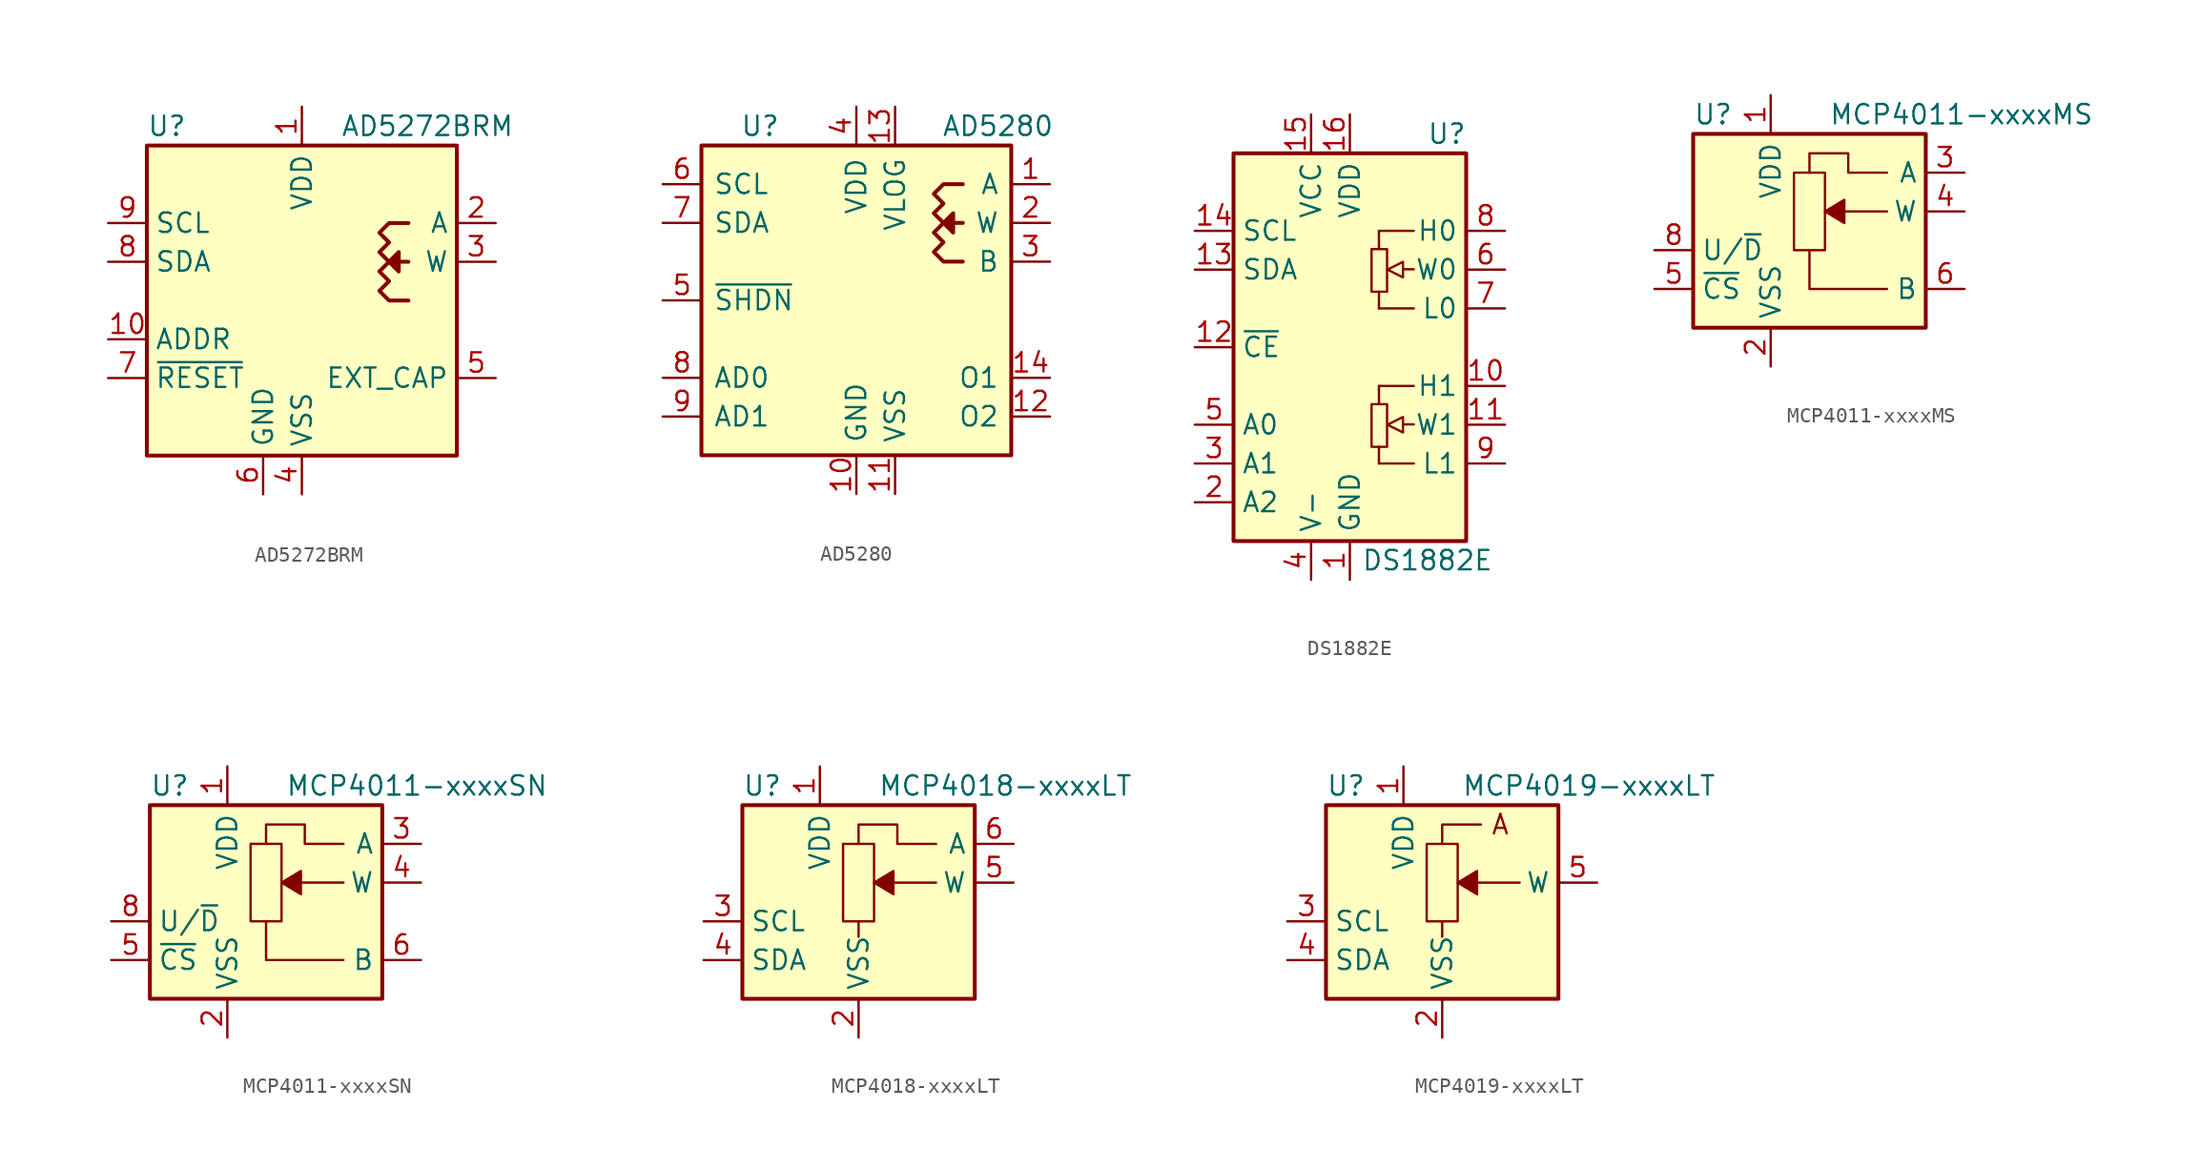
<source format=kicad_sym>
(kicad_symbol_lib
  (version 20211014)
  (generator kicad_symbol_editor)
  (symbol "AD5272BRM"
    (property "Reference" "U"
      (at -10.16 11.43 0)
      (effects (font (size 1.27 1.27)) (justify left)))
    (property "Value" "AD5272BRM"
      (at 2.54 11.43 0)
      (effects (font (size 1.27 1.27)) (justify left)))
    (symbol "AD5272BRM_0_1"
      (rectangle (start -10.16 10.16) (end 10.16 -10.16) (stroke (width 0.254) (type default) (color 0 0 0 0)) (fill (type background)))
      (polyline (pts (xy 6.985 2.54) (xy 6.35 2.54) (xy 5.715 2.54) (xy 6.35 3.175) (xy 6.35 1.905) (xy 5.715 2.54)) (stroke (width 0.254) (type default) (color 0 0 0 0)) (fill (type outline)))
      (polyline (pts (xy 6.985 5.08) (xy 5.715 5.08) (xy 5.08 4.445) (xy 5.715 3.81) (xy 5.08 3.175) (xy 5.715 2.54) (xy 5.08 1.905) (xy 5.715 1.27) (xy 5.08 0.635) (xy 5.715 0) (xy 6.985 0)) (stroke (width 0.254) (type default) (color 0 0 0 0)) (fill (type none))))
    (symbol "AD5272BRM_1_1"
      (pin power_in line (at 0 12.7 270) (length 2.54) (name "VDD" (effects (font (size 1.27 1.27)))) (number "1" (effects (font (size 1.27 1.27)))))
      (pin passive line (at -12.7 -2.54 0) (length 2.54) (name "ADDR" (effects (font (size 1.27 1.27)))) (number "10" (effects (font (size 1.27 1.27)))))
      (pin passive line (at 12.7 5.08 180) (length 2.54) (name "A" (effects (font (size 1.27 1.27)))) (number "2" (effects (font (size 1.27 1.27)))))
      (pin passive line (at 12.7 2.54 180) (length 2.54) (name "W" (effects (font (size 1.27 1.27)))) (number "3" (effects (font (size 1.27 1.27)))))
      (pin power_in line (at 0 -12.7 90) (length 2.54) (name "VSS" (effects (font (size 1.27 1.27)))) (number "4" (effects (font (size 1.27 1.27)))))
      (pin passive line (at 12.7 -5.08 180) (length 2.54) (name "EXT_CAP" (effects (font (size 1.27 1.27)))) (number "5" (effects (font (size 1.27 1.27)))))
      (pin power_in line (at -2.54 -12.7 90) (length 2.54) (name "GND" (effects (font (size 1.27 1.27)))) (number "6" (effects (font (size 1.27 1.27)))))
      (pin input line (at -12.7 -5.08 0) (length 2.54) (name "~{RESET}" (effects (font (size 1.27 1.27)))) (number "7" (effects (font (size 1.27 1.27)))))
      (pin bidirectional line (at -12.7 2.54 0) (length 2.54) (name "SDA" (effects (font (size 1.27 1.27)))) (number "8" (effects (font (size 1.27 1.27)))))
      (pin input line (at -12.7 5.08 0) (length 2.54) (name "SCL" (effects (font (size 1.27 1.27)))) (number "9" (effects (font (size 1.27 1.27)))))))
  (symbol "AD5280"
    (pin_names
      (offset 0.762))
    (property "Reference" "U"
      (at -7.62 11.43 0)
      (effects (font (size 1.27 1.27)) (justify left)))
    (property "Value" "AD5280"
      (at 5.588 11.43 0)
      (effects (font (size 1.27 1.27)) (justify left)))
    (symbol "AD5280_0_1"
      (rectangle (start -10.16 10.16) (end 10.16 -10.16) (stroke (width 0.254) (type default) (color 0 0 0 0)) (fill (type background)))
      (polyline (pts (xy 6.985 5.08) (xy 6.35 5.08) (xy 5.715 5.08) (xy 6.35 5.715) (xy 6.35 4.445) (xy 5.715 5.08)) (stroke (width 0.254) (type default) (color 0 0 0 0)) (fill (type outline)))
      (polyline (pts (xy 6.985 7.62) (xy 5.715 7.62) (xy 5.08 6.985) (xy 5.715 6.35) (xy 5.08 5.715) (xy 5.715 5.08) (xy 5.08 4.445) (xy 5.715 3.81) (xy 5.08 3.175) (xy 5.715 2.54) (xy 6.985 2.54)) (stroke (width 0.254) (type default) (color 0 0 0 0)) (fill (type none))))
    (symbol "AD5280_1_1"
      (pin passive line (at 12.7 7.62 180) (length 2.54) (name "A" (effects (font (size 1.27 1.27)))) (number "1" (effects (font (size 1.27 1.27)))))
      (pin power_in line (at 0 -12.7 90) (length 2.54) (name "GND" (effects (font (size 1.27 1.27)))) (number "10" (effects (font (size 1.27 1.27)))))
      (pin power_in line (at 2.54 -12.7 90) (length 2.54) (name "VSS" (effects (font (size 1.27 1.27)))) (number "11" (effects (font (size 1.27 1.27)))))
      (pin output line (at 12.7 -7.62 180) (length 2.54) (name "O2" (effects (font (size 1.27 1.27)))) (number "12" (effects (font (size 1.27 1.27)))))
      (pin power_in line (at 2.54 12.7 270) (length 2.54) (name "VLOG" (effects (font (size 1.27 1.27)))) (number "13" (effects (font (size 1.27 1.27)))))
      (pin output line (at 12.7 -5.08 180) (length 2.54) (name "O1" (effects (font (size 1.27 1.27)))) (number "14" (effects (font (size 1.27 1.27)))))
      (pin passive line (at 12.7 5.08 180) (length 2.54) (name "W" (effects (font (size 1.27 1.27)))) (number "2" (effects (font (size 1.27 1.27)))))
      (pin passive line (at 12.7 2.54 180) (length 2.54) (name "B" (effects (font (size 1.27 1.27)))) (number "3" (effects (font (size 1.27 1.27)))))
      (pin power_in line (at 0 12.7 270) (length 2.54) (name "VDD" (effects (font (size 1.27 1.27)))) (number "4" (effects (font (size 1.27 1.27)))))
      (pin input line (at -12.7 0 0) (length 2.54) (name "~{SHDN}" (effects (font (size 1.27 1.27)))) (number "5" (effects (font (size 1.27 1.27)))))
      (pin input line (at -12.7 7.62 0) (length 2.54) (name "SCL" (effects (font (size 1.27 1.27)))) (number "6" (effects (font (size 1.27 1.27)))))
      (pin bidirectional line (at -12.7 5.08 0) (length 2.54) (name "SDA" (effects (font (size 1.27 1.27)))) (number "7" (effects (font (size 1.27 1.27)))))
      (pin input line (at -12.7 -5.08 0) (length 2.54) (name "AD0" (effects (font (size 1.27 1.27)))) (number "8" (effects (font (size 1.27 1.27)))))
      (pin input line (at -12.7 -7.62 0) (length 2.54) (name "AD1" (effects (font (size 1.27 1.27)))) (number "9" (effects (font (size 1.27 1.27)))))))
  (symbol "DS1882E"
    (property "Reference" "U"
      (at 6.35 13.97 0)
      (effects (font (size 1.27 1.27))))
    (property "Value" "DS1882E"
      (at 5.08 -13.97 0)
      (effects (font (size 1.27 1.27))))
    (symbol "DS1882E_0_1"
      (rectangle (start -7.62 12.7) (end 7.62 -12.7) (stroke (width 0.254) (type default) (color 0 0 0 0)) (fill (type background))))
    (symbol "DS1882E_1_1"
      (polyline (pts (xy 1.905 -7.366) (xy 1.905 -6.528)) (stroke (width 0) (type default) (color 0 0 0 0)) (fill (type none)))
      (polyline (pts (xy 1.905 -2.769) (xy 1.905 -3.708)) (stroke (width 0) (type default) (color 0 0 0 0)) (fill (type none)))
      (polyline (pts (xy 1.905 2.794) (xy 1.905 3.632)) (stroke (width 0) (type default) (color 0 0 0 0)) (fill (type none)))
      (polyline (pts (xy 1.905 7.391) (xy 1.905 6.452)) (stroke (width 0) (type default) (color 0 0 0 0)) (fill (type none)))
      (polyline (pts (xy 3.48 -5.055) (xy 4.191 -5.055)) (stroke (width 0) (type default) (color 0 0 0 0)) (fill (type none)))
      (polyline (pts (xy 3.48 5.105) (xy 4.191 5.105)) (stroke (width 0) (type default) (color 0 0 0 0)) (fill (type none)))
      (polyline (pts (xy 1.905 -7.62) (xy 1.905 -7.366) (xy 1.905 -7.366)) (stroke (width 0) (type default) (color 0 0 0 0)) (fill (type background)))
      (polyline (pts (xy 1.905 -7.62) (xy 4.191 -7.62) (xy 4.191 -7.62)) (stroke (width 0) (type default) (color 0 0 0 0)) (fill (type background)))
      (polyline (pts (xy 1.905 -2.54) (xy 1.905 -2.794) (xy 1.905 -2.794)) (stroke (width 0) (type default) (color 0 0 0 0)) (fill (type none)))
      (polyline (pts (xy 1.905 -2.54) (xy 4.191 -2.54) (xy 4.191 -2.54)) (stroke (width 0) (type default) (color 0 0 0 0)) (fill (type background)))
      (polyline (pts (xy 1.905 2.54) (xy 1.905 2.794) (xy 1.905 2.794)) (stroke (width 0) (type default) (color 0 0 0 0)) (fill (type background)))
      (polyline (pts (xy 1.905 2.54) (xy 4.191 2.54) (xy 4.191 2.54)) (stroke (width 0) (type default) (color 0 0 0 0)) (fill (type background)))
      (polyline (pts (xy 1.905 7.62) (xy 1.905 7.366) (xy 1.905 7.366)) (stroke (width 0) (type default) (color 0 0 0 0)) (fill (type none)))
      (polyline (pts (xy 1.905 7.62) (xy 4.191 7.62) (xy 4.191 7.62)) (stroke (width 0) (type default) (color 0 0 0 0)) (fill (type background)))
      (polyline (pts (xy 3.48 -4.572) (xy 3.48 -5.588) (xy 2.464 -5.08) (xy 3.48 -4.572) (xy 3.48 -4.572)) (stroke (width 0) (type default) (color 0 0 0 0)) (fill (type background)))
      (polyline (pts (xy 3.48 5.588) (xy 3.48 4.572) (xy 2.464 5.08) (xy 3.48 5.588) (xy 3.48 5.588)) (stroke (width 0) (type default) (color 0 0 0 0)) (fill (type background)))
      (rectangle (start 1.422 -3.734) (end 2.438 -6.528) (stroke (width 0) (type default) (color 0 0 0 0)) (fill (type none)))
      (rectangle (start 1.422 6.426) (end 2.438 3.632) (stroke (width 0) (type default) (color 0 0 0 0)) (fill (type none)))
      (pin power_in line (at 0 -15.24 90) (length 2.54) (name "GND" (effects (font (size 1.27 1.27)))) (number "1" (effects (font (size 1.27 1.27)))))
      (pin passive line (at 10.16 -2.54 180) (length 2.54) (name "H1" (effects (font (size 1.27 1.27)))) (number "10" (effects (font (size 1.27 1.27)))))
      (pin passive line (at 10.16 -5.08 180) (length 2.54) (name "W1" (effects (font (size 1.27 1.27)))) (number "11" (effects (font (size 1.27 1.27)))))
      (pin input line (at -10.16 0 0) (length 2.54) (name "~{CE}" (effects (font (size 1.27 1.27)))) (number "12" (effects (font (size 1.27 1.27)))))
      (pin bidirectional line (at -10.16 5.08 0) (length 2.54) (name "SDA" (effects (font (size 1.27 1.27)))) (number "13" (effects (font (size 1.27 1.27)))))
      (pin input line (at -10.16 7.62 0) (length 2.54) (name "SCL" (effects (font (size 1.27 1.27)))) (number "14" (effects (font (size 1.27 1.27)))))
      (pin power_in line (at -2.54 15.24 270) (length 2.54) (name "VCC" (effects (font (size 1.27 1.27)))) (number "15" (effects (font (size 1.27 1.27)))))
      (pin power_in line (at 0 15.24 270) (length 2.54) (name "VDD" (effects (font (size 1.27 1.27)))) (number "16" (effects (font (size 1.27 1.27)))))
      (pin input line (at -10.16 -10.16 0) (length 2.54) (name "A2" (effects (font (size 1.27 1.27)))) (number "2" (effects (font (size 1.27 1.27)))))
      (pin input line (at -10.16 -7.62 0) (length 2.54) (name "A1" (effects (font (size 1.27 1.27)))) (number "3" (effects (font (size 1.27 1.27)))))
      (pin power_in line (at -2.54 -15.24 90) (length 2.54) (name "V-" (effects (font (size 1.27 1.27)))) (number "4" (effects (font (size 1.27 1.27)))))
      (pin input line (at -10.16 -5.08 0) (length 2.54) (name "A0" (effects (font (size 1.27 1.27)))) (number "5" (effects (font (size 1.27 1.27)))))
      (pin passive line (at 10.16 5.08 180) (length 2.54) (name "W0" (effects (font (size 1.27 1.27)))) (number "6" (effects (font (size 1.27 1.27)))))
      (pin passive line (at 10.16 2.54 180) (length 2.54) (name "L0" (effects (font (size 1.27 1.27)))) (number "7" (effects (font (size 1.27 1.27)))))
      (pin passive line (at 10.16 7.62 180) (length 2.54) (name "H0" (effects (font (size 1.27 1.27)))) (number "8" (effects (font (size 1.27 1.27)))))
      (pin passive line (at 10.16 -7.62 180) (length 2.54) (name "L1" (effects (font (size 1.27 1.27)))) (number "9" (effects (font (size 1.27 1.27)))))))
  (symbol "MCP4011-xxxxMS"
    (property "Reference" "U"
      (at -7.62 8.89 0)
      (effects (font (size 1.27 1.27)) (justify left)))
    (property "Value" "MCP4011-xxxxMS"
      (at 1.27 8.89 0)
      (effects (font (size 1.27 1.27)) (justify left)))
    (symbol "MCP4011-xxxxMS_0_1"
      (polyline (pts (xy 0 0) (xy 0 -2.54) (xy 5.08 -2.54)) (stroke (width 0) (type default) (color 0 0 0 0)) (fill (type none)))
      (polyline (pts (xy 5.08 2.54) (xy 3.81 2.54) (xy 1.27 2.54)) (stroke (width 0) (type default) (color 0 0 0 0)) (fill (type none)))
      (polyline (pts (xy 5.08 5.08) (xy 2.54 5.08) (xy 2.54 6.35) (xy 0 6.35) (xy 0 5.08)) (stroke (width 0) (type default) (color 0 0 0 0)) (fill (type none))))
    (symbol "MCP4011-xxxxMS_1_1"
      (rectangle (start -7.62 7.62) (end 7.62 -5.08) (stroke (width 0.254) (type default) (color 0 0 0 0)) (fill (type background)))
      (polyline (pts (xy 2.286 1.778) (xy 2.286 3.302) (xy 1.016 2.54) (xy 2.286 1.778)) (stroke (width 0) (type default) (color 0 0 0 0)) (fill (type outline)))
      (rectangle (start 1.016 0) (end -1.016 5.08) (stroke (width 0) (type default) (color 0 0 0 0)) (fill (type none)))
      (pin power_in line (at -2.54 10.16 270) (length 2.54) (name "VDD" (effects (font (size 1.27 1.27)))) (number "1" (effects (font (size 1.27 1.27)))))
      (pin power_in line (at -2.54 -7.62 90) (length 2.54) (name "VSS" (effects (font (size 1.27 1.27)))) (number "2" (effects (font (size 1.27 1.27)))))
      (pin passive line (at 10.16 5.08 180) (length 2.54) (name "A" (effects (font (size 1.27 1.27)))) (number "3" (effects (font (size 1.27 1.27)))))
      (pin passive line (at 10.16 2.54 180) (length 2.54) (name "W" (effects (font (size 1.27 1.27)))) (number "4" (effects (font (size 1.27 1.27)))))
      (pin input line (at -10.16 -2.54 0) (length 2.54) (name "~{CS}" (effects (font (size 1.27 1.27)))) (number "5" (effects (font (size 1.27 1.27)))))
      (pin passive line (at 10.16 -2.54 180) (length 2.54) (name "B" (effects (font (size 1.27 1.27)))) (number "6" (effects (font (size 1.27 1.27)))))
      (pin no_connect line (at -7.62 5.08 0) (length 2.54) hide (name "NC" (effects (font (size 1.27 1.27)))) (number "7" (effects (font (size 1.27 1.27)))))
      (pin input line (at -10.16 0 0) (length 2.54) (name "U/~{D}" (effects (font (size 1.27 1.27)))) (number "8" (effects (font (size 1.27 1.27)))))))
  (symbol "MCP4011-xxxxSN"
    (property "Reference" "U"
      (at -7.62 8.89 0)
      (effects (font (size 1.27 1.27)) (justify left)))
    (property "Value" "MCP4011-xxxxSN"
      (at 1.27 8.89 0)
      (effects (font (size 1.27 1.27)) (justify left)))
    (symbol "MCP4011-xxxxSN_0_1"
      (polyline (pts (xy 0 0) (xy 0 -2.54) (xy 5.08 -2.54)) (stroke (width 0) (type default) (color 0 0 0 0)) (fill (type none)))
      (polyline (pts (xy 5.08 2.54) (xy 3.81 2.54) (xy 1.27 2.54)) (stroke (width 0) (type default) (color 0 0 0 0)) (fill (type none)))
      (polyline (pts (xy 5.08 5.08) (xy 2.54 5.08) (xy 2.54 6.35) (xy 0 6.35) (xy 0 5.08)) (stroke (width 0) (type default) (color 0 0 0 0)) (fill (type none))))
    (symbol "MCP4011-xxxxSN_1_1"
      (rectangle (start -7.62 7.62) (end 7.62 -5.08) (stroke (width 0.254) (type default) (color 0 0 0 0)) (fill (type background)))
      (polyline (pts (xy 2.286 1.778) (xy 2.286 3.302) (xy 1.016 2.54) (xy 2.286 1.778)) (stroke (width 0) (type default) (color 0 0 0 0)) (fill (type outline)))
      (rectangle (start 1.016 0) (end -1.016 5.08) (stroke (width 0) (type default) (color 0 0 0 0)) (fill (type none)))
      (pin power_in line (at -2.54 10.16 270) (length 2.54) (name "VDD" (effects (font (size 1.27 1.27)))) (number "1" (effects (font (size 1.27 1.27)))))
      (pin power_in line (at -2.54 -7.62 90) (length 2.54) (name "VSS" (effects (font (size 1.27 1.27)))) (number "2" (effects (font (size 1.27 1.27)))))
      (pin passive line (at 10.16 5.08 180) (length 2.54) (name "A" (effects (font (size 1.27 1.27)))) (number "3" (effects (font (size 1.27 1.27)))))
      (pin passive line (at 10.16 2.54 180) (length 2.54) (name "W" (effects (font (size 1.27 1.27)))) (number "4" (effects (font (size 1.27 1.27)))))
      (pin input line (at -10.16 -2.54 0) (length 2.54) (name "~{CS}" (effects (font (size 1.27 1.27)))) (number "5" (effects (font (size 1.27 1.27)))))
      (pin passive line (at 10.16 -2.54 180) (length 2.54) (name "B" (effects (font (size 1.27 1.27)))) (number "6" (effects (font (size 1.27 1.27)))))
      (pin no_connect line (at -7.62 5.08 0) (length 2.54) hide (name "NC" (effects (font (size 1.27 1.27)))) (number "7" (effects (font (size 1.27 1.27)))))
      (pin input line (at -10.16 0 0) (length 2.54) (name "U/~{D}" (effects (font (size 1.27 1.27)))) (number "8" (effects (font (size 1.27 1.27)))))))
  (symbol "MCP4018-xxxxLT"
    (property "Reference" "U"
      (at -7.62 8.89 0)
      (effects (font (size 1.27 1.27)) (justify left)))
    (property "Value" "MCP4018-xxxxLT"
      (at 1.27 8.89 0)
      (effects (font (size 1.27 1.27)) (justify left)))
    (symbol "MCP4018-xxxxLT_0_1"
      (polyline (pts (xy 0 0) (xy 0 -1.016)) (stroke (width 0) (type default) (color 0 0 0 0)) (fill (type none)))
      (polyline (pts (xy 5.08 5.08) (xy 2.54 5.08) (xy 2.54 6.35) (xy 0 6.35) (xy 0 5.08)) (stroke (width 0) (type default) (color 0 0 0 0)) (fill (type none))))
    (symbol "MCP4018-xxxxLT_1_1"
      (rectangle (start -7.62 7.62) (end 7.62 -5.08) (stroke (width 0.254) (type default) (color 0 0 0 0)) (fill (type background)))
      (polyline (pts (xy 5.08 2.54) (xy 2.286 2.54)) (stroke (width 0) (type default) (color 0 0 0 0)) (fill (type none)))
      (polyline (pts (xy 2.286 1.778) (xy 2.286 3.302) (xy 1.016 2.54) (xy 2.286 1.778)) (stroke (width 0) (type default) (color 0 0 0 0)) (fill (type outline)))
      (rectangle (start 1.016 0) (end -1.016 5.08) (stroke (width 0) (type default) (color 0 0 0 0)) (fill (type none)))
      (pin power_in line (at -2.54 10.16 270) (length 2.54) (name "VDD" (effects (font (size 1.27 1.27)))) (number "1" (effects (font (size 1.27 1.27)))))
      (pin power_in line (at 0 -7.62 90) (length 2.54) (name "VSS" (effects (font (size 1.27 1.27)))) (number "2" (effects (font (size 1.27 1.27)))))
      (pin input line (at -10.16 0 0) (length 2.54) (name "SCL" (effects (font (size 1.27 1.27)))) (number "3" (effects (font (size 1.27 1.27)))))
      (pin bidirectional line (at -10.16 -2.54 0) (length 2.54) (name "SDA" (effects (font (size 1.27 1.27)))) (number "4" (effects (font (size 1.27 1.27)))))
      (pin passive line (at 10.16 2.54 180) (length 2.54) (name "W" (effects (font (size 1.27 1.27)))) (number "5" (effects (font (size 1.27 1.27)))))
      (pin passive line (at 10.16 5.08 180) (length 2.54) (name "A" (effects (font (size 1.27 1.27)))) (number "6" (effects (font (size 1.27 1.27)))))))
  (symbol "MCP4019-xxxxLT"
    (property "Reference" "U"
      (at -7.62 8.89 0)
      (effects (font (size 1.27 1.27)) (justify left)))
    (property "Value" "MCP4019-xxxxLT"
      (at 1.27 8.89 0)
      (effects (font (size 1.27 1.27)) (justify left)))
    (symbol "MCP4019-xxxxLT_0_0"
      (polyline (pts (xy 0 5.08) (xy 0 6.35) (xy 2.54 6.35)) (stroke (width 0) (type default) (color 0 0 0 0)) (fill (type none)))
      (text "A" (at 3.81 6.35 0) (effects (font (size 1.27 1.27)))))
    (symbol "MCP4019-xxxxLT_0_1"
      (polyline (pts (xy 0 0) (xy 0 -1.016)) (stroke (width 0) (type default) (color 0 0 0 0)) (fill (type none))))
    (symbol "MCP4019-xxxxLT_1_1"
      (rectangle (start -7.62 7.62) (end 7.62 -5.08) (stroke (width 0.254) (type default) (color 0 0 0 0)) (fill (type background)))
      (polyline (pts (xy 5.08 2.54) (xy 2.286 2.54)) (stroke (width 0) (type default) (color 0 0 0 0)) (fill (type none)))
      (polyline (pts (xy 2.286 1.778) (xy 2.286 3.302) (xy 1.016 2.54) (xy 2.286 1.778)) (stroke (width 0) (type default) (color 0 0 0 0)) (fill (type outline)))
      (rectangle (start 1.016 0) (end -1.016 5.08) (stroke (width 0) (type default) (color 0 0 0 0)) (fill (type none)))
      (pin power_in line (at -2.54 10.16 270) (length 2.54) (name "VDD" (effects (font (size 1.27 1.27)))) (number "1" (effects (font (size 1.27 1.27)))))
      (pin power_in line (at 0 -7.62 90) (length 2.54) (name "VSS" (effects (font (size 1.27 1.27)))) (number "2" (effects (font (size 1.27 1.27)))))
      (pin input line (at -10.16 0 0) (length 2.54) (name "SCL" (effects (font (size 1.27 1.27)))) (number "3" (effects (font (size 1.27 1.27)))))
      (pin bidirectional line (at -10.16 -2.54 0) (length 2.54) (name "SDA" (effects (font (size 1.27 1.27)))) (number "4" (effects (font (size 1.27 1.27)))))
      (pin passive line (at 10.16 2.54 180) (length 2.54) (name "W" (effects (font (size 1.27 1.27)))) (number "5" (effects (font (size 1.27 1.27))))))))
</source>
